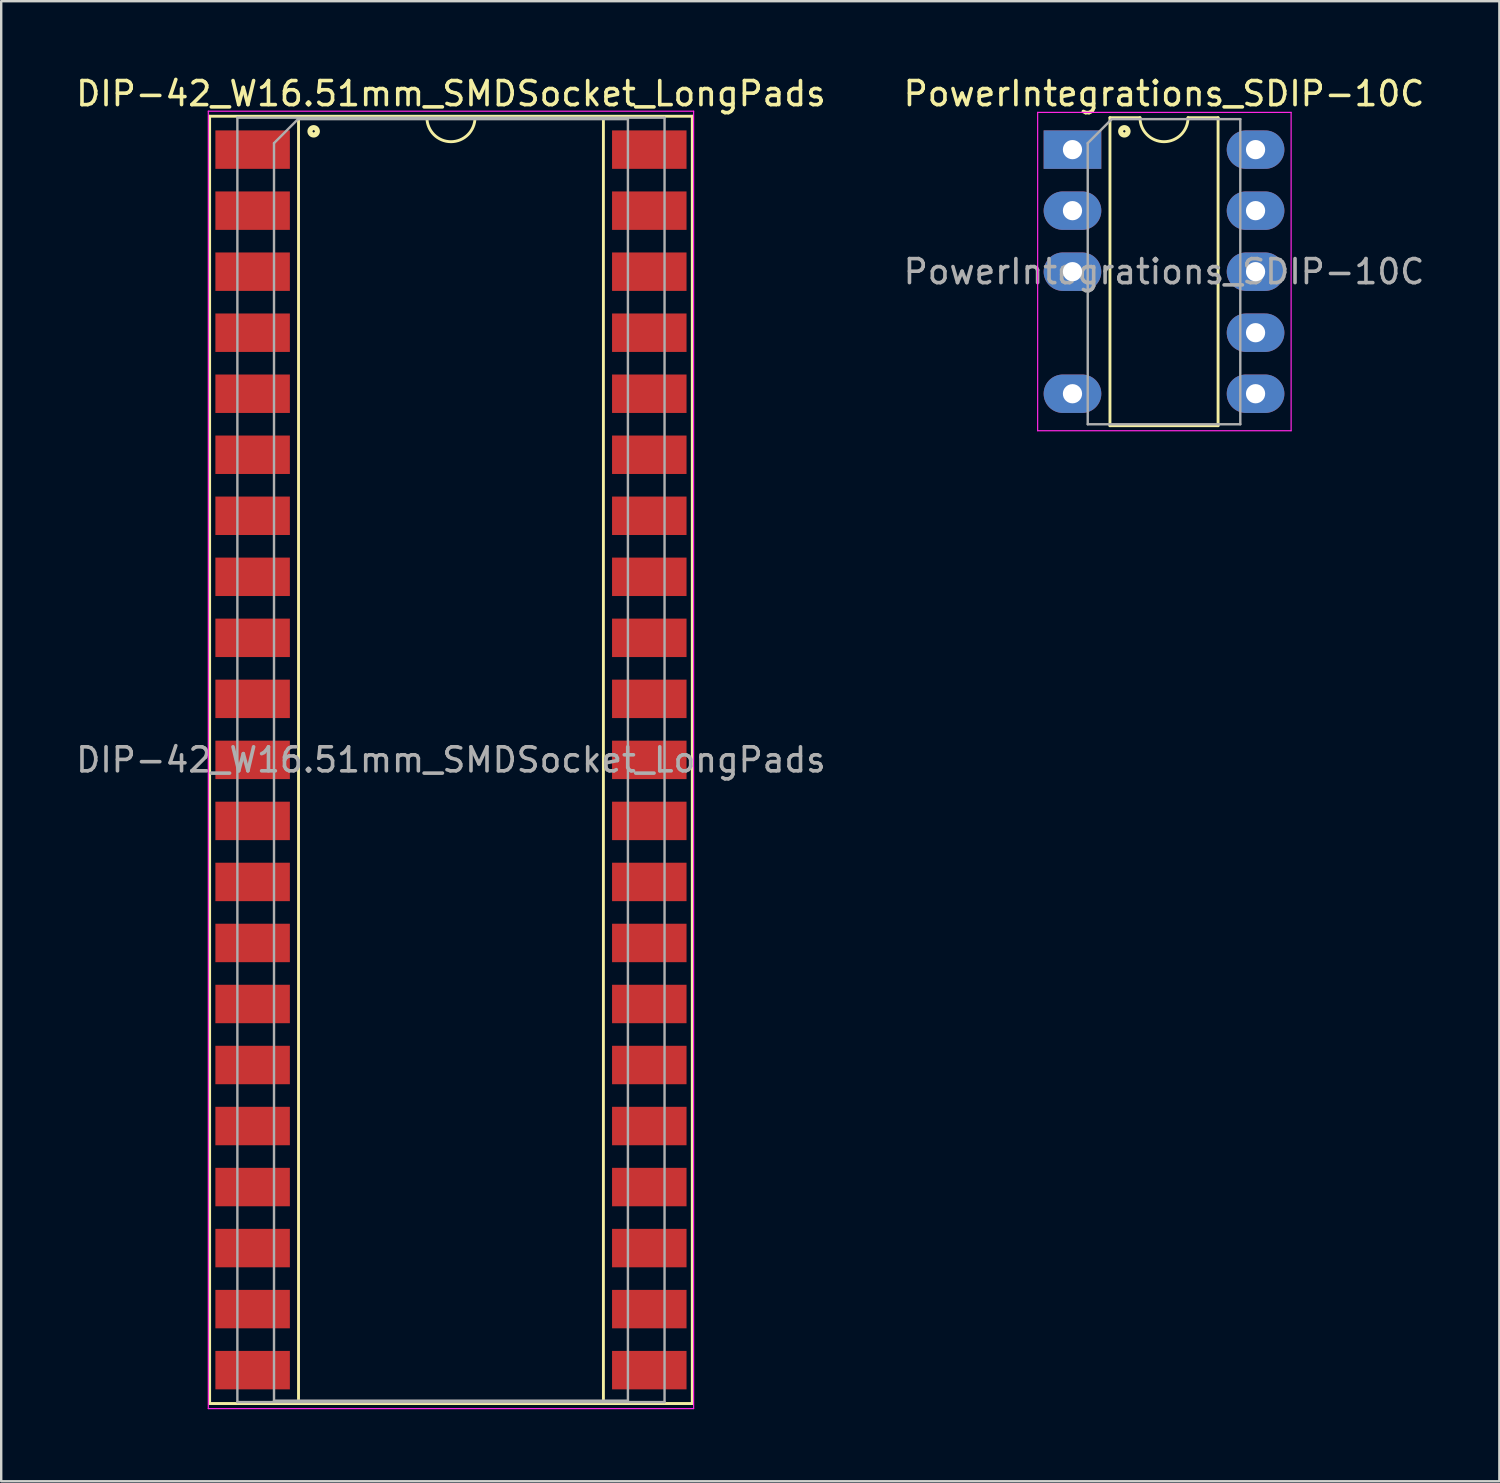
<source format=kicad_pcb>
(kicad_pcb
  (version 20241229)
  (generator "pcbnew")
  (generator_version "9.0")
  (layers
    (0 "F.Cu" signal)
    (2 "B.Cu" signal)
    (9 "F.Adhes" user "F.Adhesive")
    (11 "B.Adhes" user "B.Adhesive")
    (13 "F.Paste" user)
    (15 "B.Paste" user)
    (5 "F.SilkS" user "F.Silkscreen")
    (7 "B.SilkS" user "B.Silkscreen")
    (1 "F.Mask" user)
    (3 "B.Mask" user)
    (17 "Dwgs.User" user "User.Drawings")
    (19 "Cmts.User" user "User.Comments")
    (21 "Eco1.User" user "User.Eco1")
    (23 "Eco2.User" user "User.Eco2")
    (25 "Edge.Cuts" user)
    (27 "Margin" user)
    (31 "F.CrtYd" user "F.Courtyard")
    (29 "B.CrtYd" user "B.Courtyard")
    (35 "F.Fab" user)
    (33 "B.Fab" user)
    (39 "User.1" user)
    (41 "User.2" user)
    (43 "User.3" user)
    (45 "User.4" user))
  (footprint "DIP-42_W16.51mm_SMDSocket_LongPads"
    (layer "F.Cu")
    (at 15.72 28.578)
    (property "Reference" "DIP-42_W16.51mm_SMDSocket_LongPads" (at 0 -27.73 0) (layer "F.SilkS") (effects (font (size 1 1) (thickness 0.15))))
    (attr smd)
    (fp_line (start -10.045 -26.79) (end -10.045 26.79) (stroke (width 0.12) (type solid)) (layer "F.SilkS"))
    (fp_line (start -10.045 26.79) (end 10.045 26.79) (stroke (width 0.12) (type solid)) (layer "F.SilkS"))
    (fp_line (start -6.345 -26.73) (end -6.345 26.73) (stroke (width 0.12) (type solid)) (layer "F.SilkS"))
    (fp_line (start -6.345 26.73) (end 6.345 26.73) (stroke (width 0.12) (type solid)) (layer "F.SilkS"))
    (fp_line (start -1 -26.73) (end -6.345 -26.73) (stroke (width 0.12) (type solid)) (layer "F.SilkS"))
    (fp_line (start 6.345 -26.73) (end 1 -26.73) (stroke (width 0.12) (type solid)) (layer "F.SilkS"))
    (fp_line (start 6.345 26.73) (end 6.345 -26.73) (stroke (width 0.12) (type solid)) (layer "F.SilkS"))
    (fp_line (start 10.045 -26.79) (end -10.045 -26.79) (stroke (width 0.12) (type solid)) (layer "F.SilkS"))
    (fp_line (start 10.045 26.79) (end 10.045 -26.79) (stroke (width 0.12) (type solid)) (layer "F.SilkS"))
    (fp_arc (start 1 -26.73) (mid 0 -25.73) (end -1 -26.73) (stroke (width 0.12) (type solid)) (layer "F.SilkS"))
    (fp_circle (center -5.715 -26.162) (end -5.665 -26.162) (stroke (width 0.12) (type solid)) (fill no) (layer "F.SilkS"))
    (fp_circle (center -5.715 -26.162) (end -5.59 -26.162) (stroke (width 0.12) (type solid)) (fill no) (layer "F.SilkS"))
    (fp_circle (center -5.715 -26.162) (end -5.515 -26.162) (stroke (width 0.12) (type solid)) (fill no) (layer "F.SilkS"))
    (fp_line (start -10.1 -27) (end -10.1 27) (stroke (width 0.05) (type solid)) (layer "F.CrtYd"))
    (fp_line (start -10.1 27) (end 10.1 27) (stroke (width 0.05) (type solid)) (layer "F.CrtYd"))
    (fp_line (start 10.1 -27) (end -10.1 -27) (stroke (width 0.05) (type solid)) (layer "F.CrtYd"))
    (fp_line (start 10.1 27) (end 10.1 -27) (stroke (width 0.05) (type solid)) (layer "F.CrtYd"))
    (fp_line (start -8.89 -26.73) (end -8.89 26.73) (stroke (width 0.1) (type solid)) (layer "F.Fab"))
    (fp_line (start -8.89 26.73) (end 8.89 26.73) (stroke (width 0.1) (type solid)) (layer "F.Fab"))
    (fp_line (start -7.365 -25.67) (end -6.365 -26.67) (stroke (width 0.1) (type solid)) (layer "F.Fab"))
    (fp_line (start -7.365 26.67) (end -7.365 -25.67) (stroke (width 0.1) (type solid)) (layer "F.Fab"))
    (fp_line (start -6.365 -26.67) (end 7.365 -26.67) (stroke (width 0.1) (type solid)) (layer "F.Fab"))
    (fp_line (start 7.365 -26.67) (end 7.365 26.67) (stroke (width 0.1) (type solid)) (layer "F.Fab"))
    (fp_line (start 7.365 26.67) (end -7.365 26.67) (stroke (width 0.1) (type solid)) (layer "F.Fab"))
    (fp_line (start 8.89 -26.73) (end -8.89 -26.73) (stroke (width 0.1) (type solid)) (layer "F.Fab"))
    (fp_line (start 8.89 26.73) (end 8.89 -26.73) (stroke (width 0.1) (type solid)) (layer "F.Fab"))
    (fp_text user "${REFERENCE}" (at 0 0 0) (layer "F.Fab") (effects (font (size 1 1) (thickness 0.15))))
    (pad "1" smd rect (at -8.255 -25.4) (size 3.1 1.6) (layers "F.Cu" "F.Mask" "F.Paste"))
    (pad "2" smd rect (at -8.255 -22.86) (size 3.1 1.6) (layers "F.Cu" "F.Mask" "F.Paste"))
    (pad "3" smd rect (at -8.255 -20.32) (size 3.1 1.6) (layers "F.Cu" "F.Mask" "F.Paste"))
    (pad "4" smd rect (at -8.255 -17.78) (size 3.1 1.6) (layers "F.Cu" "F.Mask" "F.Paste"))
    (pad "5" smd rect (at -8.255 -15.24) (size 3.1 1.6) (layers "F.Cu" "F.Mask" "F.Paste"))
    (pad "6" smd rect (at -8.255 -12.7) (size 3.1 1.6) (layers "F.Cu" "F.Mask" "F.Paste"))
    (pad "7" smd rect (at -8.255 -10.16) (size 3.1 1.6) (layers "F.Cu" "F.Mask" "F.Paste"))
    (pad "8" smd rect (at -8.255 -7.62) (size 3.1 1.6) (layers "F.Cu" "F.Mask" "F.Paste"))
    (pad "9" smd rect (at -8.255 -5.08) (size 3.1 1.6) (layers "F.Cu" "F.Mask" "F.Paste"))
    (pad "10" smd rect (at -8.255 -2.54) (size 3.1 1.6) (layers "F.Cu" "F.Mask" "F.Paste"))
    (pad "11" smd rect (at -8.255 0) (size 3.1 1.6) (layers "F.Cu" "F.Mask" "F.Paste"))
    (pad "12" smd rect (at -8.255 2.54) (size 3.1 1.6) (layers "F.Cu" "F.Mask" "F.Paste"))
    (pad "13" smd rect (at -8.255 5.08) (size 3.1 1.6) (layers "F.Cu" "F.Mask" "F.Paste"))
    (pad "14" smd rect (at -8.255 7.62) (size 3.1 1.6) (layers "F.Cu" "F.Mask" "F.Paste"))
    (pad "15" smd rect (at -8.255 10.16) (size 3.1 1.6) (layers "F.Cu" "F.Mask" "F.Paste"))
    (pad "16" smd rect (at -8.255 12.7) (size 3.1 1.6) (layers "F.Cu" "F.Mask" "F.Paste"))
    (pad "17" smd rect (at -8.255 15.24) (size 3.1 1.6) (layers "F.Cu" "F.Mask" "F.Paste"))
    (pad "18" smd rect (at -8.255 17.78) (size 3.1 1.6) (layers "F.Cu" "F.Mask" "F.Paste"))
    (pad "19" smd rect (at -8.255 20.32) (size 3.1 1.6) (layers "F.Cu" "F.Mask" "F.Paste"))
    (pad "20" smd rect (at -8.255 22.86) (size 3.1 1.6) (layers "F.Cu" "F.Mask" "F.Paste"))
    (pad "21" smd rect (at -8.255 25.4) (size 3.1 1.6) (layers "F.Cu" "F.Mask" "F.Paste"))
    (pad "22" smd rect (at 8.255 25.4) (size 3.1 1.6) (layers "F.Cu" "F.Mask" "F.Paste"))
    (pad "23" smd rect (at 8.255 22.86) (size 3.1 1.6) (layers "F.Cu" "F.Mask" "F.Paste"))
    (pad "24" smd rect (at 8.255 20.32) (size 3.1 1.6) (layers "F.Cu" "F.Mask" "F.Paste"))
    (pad "25" smd rect (at 8.255 17.78) (size 3.1 1.6) (layers "F.Cu" "F.Mask" "F.Paste"))
    (pad "26" smd rect (at 8.255 15.24) (size 3.1 1.6) (layers "F.Cu" "F.Mask" "F.Paste"))
    (pad "27" smd rect (at 8.255 12.7) (size 3.1 1.6) (layers "F.Cu" "F.Mask" "F.Paste"))
    (pad "28" smd rect (at 8.255 10.16) (size 3.1 1.6) (layers "F.Cu" "F.Mask" "F.Paste"))
    (pad "29" smd rect (at 8.255 7.62) (size 3.1 1.6) (layers "F.Cu" "F.Mask" "F.Paste"))
    (pad "30" smd rect (at 8.255 5.08) (size 3.1 1.6) (layers "F.Cu" "F.Mask" "F.Paste"))
    (pad "31" smd rect (at 8.255 2.54) (size 3.1 1.6) (layers "F.Cu" "F.Mask" "F.Paste"))
    (pad "32" smd rect (at 8.255 0) (size 3.1 1.6) (layers "F.Cu" "F.Mask" "F.Paste"))
    (pad "33" smd rect (at 8.255 -2.54) (size 3.1 1.6) (layers "F.Cu" "F.Mask" "F.Paste"))
    (pad "34" smd rect (at 8.255 -5.08) (size 3.1 1.6) (layers "F.Cu" "F.Mask" "F.Paste"))
    (pad "35" smd rect (at 8.255 -7.62) (size 3.1 1.6) (layers "F.Cu" "F.Mask" "F.Paste"))
    (pad "36" smd rect (at 8.255 -10.16) (size 3.1 1.6) (layers "F.Cu" "F.Mask" "F.Paste"))
    (pad "37" smd rect (at 8.255 -12.7) (size 3.1 1.6) (layers "F.Cu" "F.Mask" "F.Paste"))
    (pad "38" smd rect (at 8.255 -15.24) (size 3.1 1.6) (layers "F.Cu" "F.Mask" "F.Paste"))
    (pad "39" smd rect (at 8.255 -17.78) (size 3.1 1.6) (layers "F.Cu" "F.Mask" "F.Paste"))
    (pad "40" smd rect (at 8.255 -20.32) (size 3.1 1.6) (layers "F.Cu" "F.Mask" "F.Paste"))
    (pad "41" smd rect (at 8.255 -22.86) (size 3.1 1.6) (layers "F.Cu" "F.Mask" "F.Paste"))
    (pad "42" smd rect (at 8.255 -25.4) (size 3.1 1.6) (layers "F.Cu" "F.Mask" "F.Paste")))
  (footprint "PowerIntegrations_SDIP-10C"
    (layer "F.Cu")
    (at 41.589 3.178)
    (property "Reference" "PowerIntegrations_SDIP-10C" (at 3.81 -2.33 0) (layer "F.SilkS") (effects (font (size 1 1) (thickness 0.15))))
    (attr through_hole)
    (fp_line (start 1.56 -1.33) (end 1.56 11.49) (stroke (width 0.12) (type solid)) (layer "F.SilkS"))
    (fp_line (start 1.56 11.49) (end 6.06 11.49) (stroke (width 0.12) (type solid)) (layer "F.SilkS"))
    (fp_line (start 2.81 -1.33) (end 1.56 -1.33) (stroke (width 0.12) (type solid)) (layer "F.SilkS"))
    (fp_line (start 6.06 -1.33) (end 4.81 -1.33) (stroke (width 0.12) (type solid)) (layer "F.SilkS"))
    (fp_line (start 6.06 11.49) (end 6.06 -1.33) (stroke (width 0.12) (type solid)) (layer "F.SilkS"))
    (fp_arc (start 4.81 -1.33) (mid 3.81 -0.33) (end 2.81 -1.33) (stroke (width 0.12) (type solid)) (layer "F.SilkS"))
    (fp_circle (center 2.159 -0.762) (end 2.209 -0.762) (stroke (width 0.12) (type solid)) (fill no) (layer "F.SilkS"))
    (fp_circle (center 2.159 -0.762) (end 2.284 -0.762) (stroke (width 0.12) (type solid)) (fill no) (layer "F.SilkS"))
    (fp_circle (center 2.159 -0.762) (end 2.359 -0.762) (stroke (width 0.12) (type solid)) (fill no) (layer "F.SilkS"))
    (fp_line (start -1.45 -1.55) (end -1.45 11.7) (stroke (width 0.05) (type solid)) (layer "F.CrtYd"))
    (fp_line (start -1.45 11.7) (end 9.1 11.7) (stroke (width 0.05) (type solid)) (layer "F.CrtYd"))
    (fp_line (start 9.1 -1.55) (end -1.45 -1.55) (stroke (width 0.05) (type solid)) (layer "F.CrtYd"))
    (fp_line (start 9.1 11.7) (end 9.1 -1.55) (stroke (width 0.05) (type solid)) (layer "F.CrtYd"))
    (fp_line (start 0.635 -0.27) (end 1.635 -1.27) (stroke (width 0.1) (type solid)) (layer "F.Fab"))
    (fp_line (start 0.635 11.43) (end 0.635 -0.27) (stroke (width 0.1) (type solid)) (layer "F.Fab"))
    (fp_line (start 1.635 -1.27) (end 6.985 -1.27) (stroke (width 0.1) (type solid)) (layer "F.Fab"))
    (fp_line (start 6.985 -1.27) (end 6.985 11.43) (stroke (width 0.1) (type solid)) (layer "F.Fab"))
    (fp_line (start 6.985 11.43) (end 0.635 11.43) (stroke (width 0.1) (type solid)) (layer "F.Fab"))
    (fp_text user "${REFERENCE}" (at 3.81 5.08 0) (layer "F.Fab") (effects (font (size 1 1) (thickness 0.15))))
    (pad "1" thru_hole rect (at 0 0) (size 2.4 1.6) (drill 0.8) (layers "*.Cu" "*.Mask"))
    (pad "2" thru_hole oval (at 0 2.54) (size 2.4 1.6) (drill 0.8) (layers "*.Cu" "*.Mask"))
    (pad "3" thru_hole oval (at 0 5.08) (size 2.4 1.6) (drill 0.8) (layers "*.Cu" "*.Mask"))
    (pad "5" thru_hole oval (at 0 10.16) (size 2.4 1.6) (drill 0.8) (layers "*.Cu" "*.Mask"))
    (pad "6" thru_hole oval (at 7.62 10.16) (size 2.4 1.6) (drill 0.8) (layers "*.Cu" "*.Mask"))
    (pad "7" thru_hole oval (at 7.62 7.62) (size 2.4 1.6) (drill 0.8) (layers "*.Cu" "*.Mask"))
    (pad "8" thru_hole oval (at 7.62 5.08) (size 2.4 1.6) (drill 0.8) (layers "*.Cu" "*.Mask"))
    (pad "9" thru_hole oval (at 7.62 2.54) (size 2.4 1.6) (drill 0.8) (layers "*.Cu" "*.Mask"))
    (pad "10" thru_hole oval (at 7.62 0) (size 2.4 1.6) (drill 0.8) (layers "*.Cu" "*.Mask")))
  (gr_rect
    (start -3 -3)
    (end 59.357 58.603)
    (stroke (width 0.1) (type default))
    (fill no)
    (layer "Edge.Cuts")))
</source>
